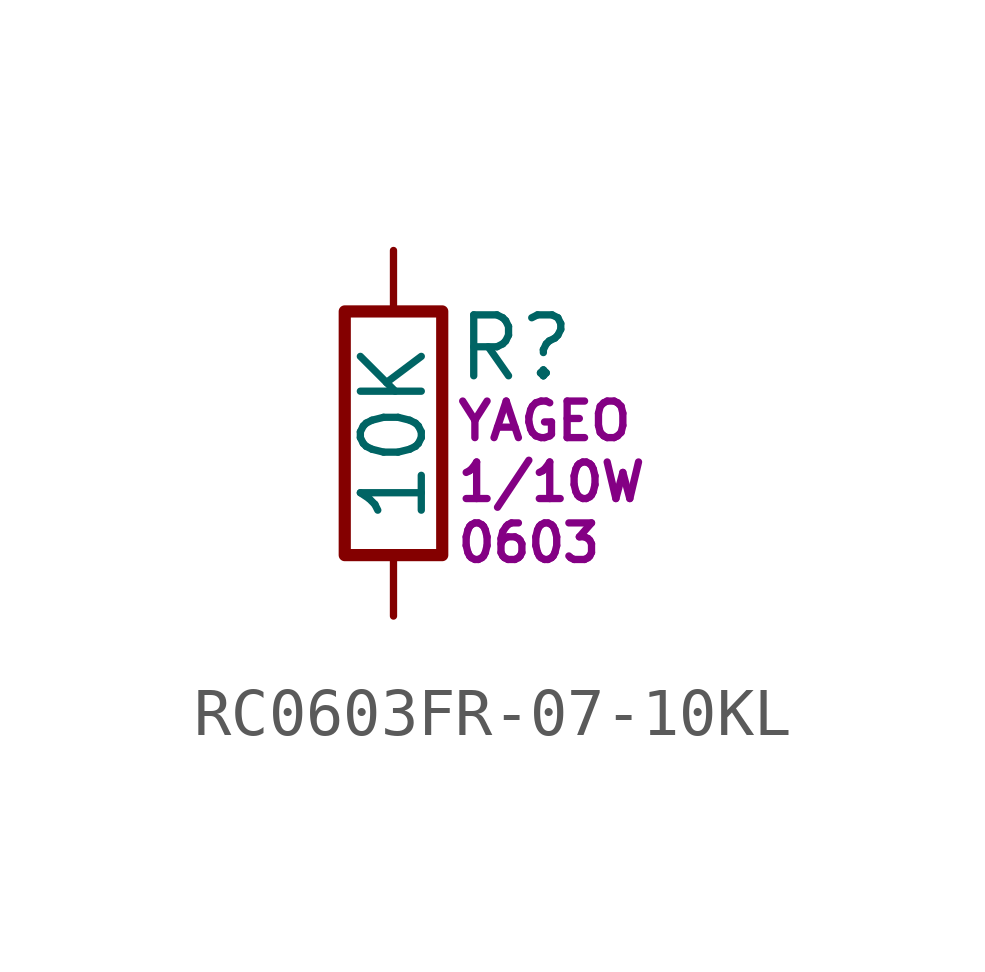
<source format=kicad_sym>
(kicad_symbol_lib
  (version 20231120)
  (generator "kicad_symbol_editor")
  (generator_version "8.0")
  (symbol "RC0603FR-07-10KL"
    (pin_numbers hide)
    (pin_names
      (offset 0))
    (property "Reference" "R"
      (at 1.27 1.778 0)
      (effects (font (size 1.27 1.27)) (justify left)))
    (property "Value" "10K"
      (at 0 0 90)
      (effects (font (size 1.27 1.27))))
    (property "MFC" "YAGEO"
      (at 1.27 0.254 0)
      (effects (font (size 0.762 0.762)) (justify left)))
    (property "FP_HINT" "0603"
      (at 1.27 -2.286 0)
      (effects (font (size 0.762 0.762)) (justify left)))
    (property "P_MAX" "1/10W"
      (at 1.27 -1.016 0)
      (effects (font (size 0.762 0.762)) (justify left)))
    (symbol "RC0603FR-07-10KL_0_1"
      (rectangle (start -1.016 -2.54) (end 1.016 2.54) (stroke (width 0.254) (type default)) (fill (type none))))
    (symbol "RC0603FR-07-10KL_1_1"
      (pin passive line (at 0 3.81 270) (length 1.27) (name "~" (effects (font (size 1.27 1.27)))) (number "1" (effects (font (size 1.27 1.27)))))
      (pin passive line (at 0 -3.81 90) (length 1.27) (name "~" (effects (font (size 1.27 1.27)))) (number "2" (effects (font (size 1.27 1.27))))))))
</source>
